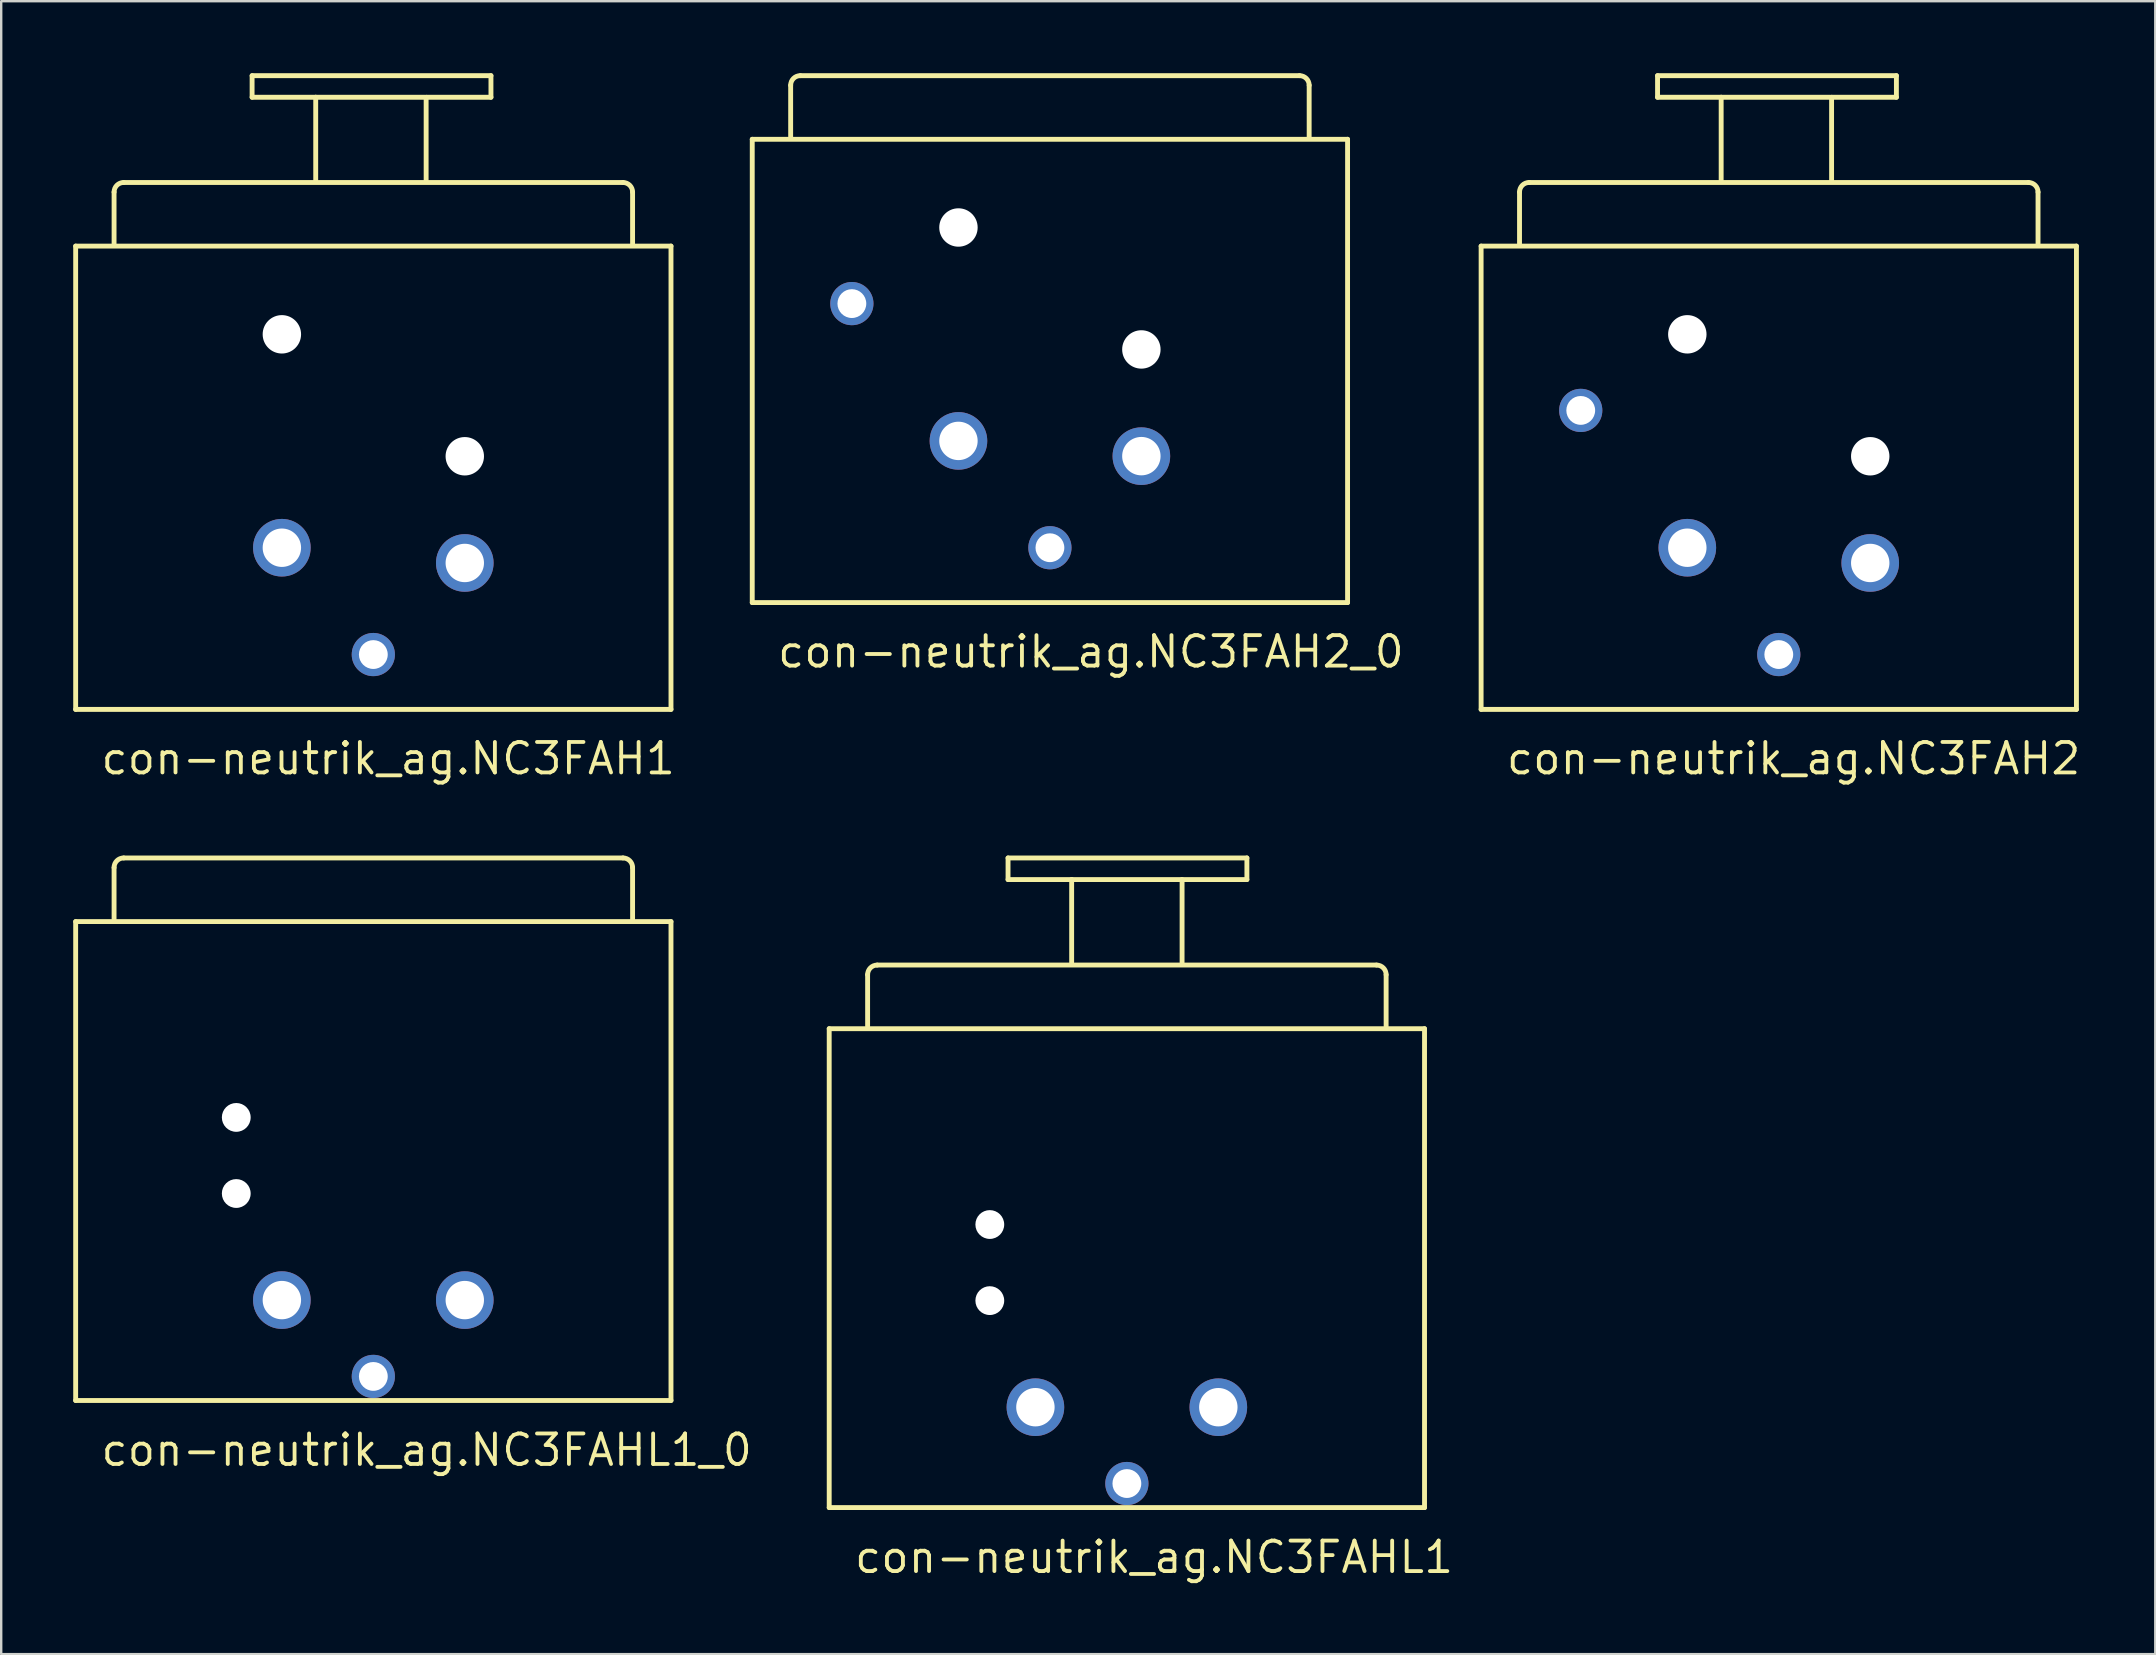
<source format=kicad_pcb>
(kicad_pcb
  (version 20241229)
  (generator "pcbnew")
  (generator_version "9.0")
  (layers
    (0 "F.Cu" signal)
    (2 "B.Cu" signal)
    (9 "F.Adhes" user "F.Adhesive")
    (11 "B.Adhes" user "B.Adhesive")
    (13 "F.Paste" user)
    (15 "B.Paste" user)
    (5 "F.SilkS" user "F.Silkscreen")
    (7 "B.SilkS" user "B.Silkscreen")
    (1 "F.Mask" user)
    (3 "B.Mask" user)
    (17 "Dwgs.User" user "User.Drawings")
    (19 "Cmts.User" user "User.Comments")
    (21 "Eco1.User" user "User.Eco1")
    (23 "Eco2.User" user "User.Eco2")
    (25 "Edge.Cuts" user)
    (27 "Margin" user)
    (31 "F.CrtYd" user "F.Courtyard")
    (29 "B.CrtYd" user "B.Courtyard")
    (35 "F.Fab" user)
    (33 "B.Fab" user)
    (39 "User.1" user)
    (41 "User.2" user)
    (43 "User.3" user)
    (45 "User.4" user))
  (footprint "con-neutrik_ag.NC3FAH2"
    (layer "F.Cu")
    (at 71.05 20.402)
    (property "Reference" "con-neutrik_ag.NC3FAH2" (at -11.43 8.89 0) (layer "F.SilkS") (effects (font (size 1.27 1.27) (thickness 0.16)) (justify left bottom)))
    (attr through_hole)
    (fp_line (start -12.4 -13.2) (end 12.4 -13.2) (stroke (width 0.203) (type default)) (layer "F.SilkS"))
    (fp_line (start -12.4 6.1) (end -12.4 -13.2) (stroke (width 0.203) (type default)) (layer "F.SilkS"))
    (fp_line (start -10.8 -13.3) (end -10.8 -15.45) (stroke (width 0.203) (type default)) (layer "F.SilkS"))
    (fp_line (start -10.4 -15.85) (end 10.4 -15.85) (stroke (width 0.203) (type default)) (layer "F.SilkS"))
    (fp_line (start -5.05 -20.3) (end 4.9 -20.3) (stroke (width 0.203) (type default)) (layer "F.SilkS"))
    (fp_line (start -5.05 -19.4) (end -5.05 -20.3) (stroke (width 0.203) (type default)) (layer "F.SilkS"))
    (fp_line (start -2.4 -19.4) (end -5.05 -19.4) (stroke (width 0.203) (type default)) (layer "F.SilkS"))
    (fp_line (start -2.4 -19.4) (end 2.15 -19.4) (stroke (width 0.203) (type default)) (layer "F.SilkS"))
    (fp_line (start -2.4 -15.95) (end -2.4 -19.4) (stroke (width 0.203) (type default)) (layer "F.SilkS"))
    (fp_line (start 2.2 -19.4) (end 2.2 -15.95) (stroke (width 0.203) (type default)) (layer "F.SilkS"))
    (fp_line (start 4.9 -20.3) (end 4.9 -19.4) (stroke (width 0.203) (type default)) (layer "F.SilkS"))
    (fp_line (start 4.9 -19.4) (end 2.2 -19.4) (stroke (width 0.203) (type default)) (layer "F.SilkS"))
    (fp_line (start 10.8 -15.45) (end 10.8 -13.3) (stroke (width 0.203) (type default)) (layer "F.SilkS"))
    (fp_line (start 12.4 -13.2) (end 12.4 6.1) (stroke (width 0.203) (type default)) (layer "F.SilkS"))
    (fp_line (start 12.4 6.1) (end -12.4 6.1) (stroke (width 0.203) (type default)) (layer "F.SilkS"))
    (fp_arc (start -10.8 -15.45) (mid -10.682843 -15.732843) (end -10.4 -15.85) (stroke (width 0.2032) (type default)) (layer "F.SilkS"))
    (fp_arc (start 10.4 -15.85) (mid 10.682843 -15.732843) (end 10.8 -15.45) (stroke (width 0.2032) (type default)) (layer "F.SilkS"))
    (pad "" np_thru_hole circle (at -3.81 -9.525) (size 1.6 1.6) (drill 1.6) (layers "*.Cu" "*.Mask"))
    (pad "" np_thru_hole circle (at 3.81 -4.445) (size 1.6 1.6) (drill 1.6) (layers "*.Cu" "*.Mask"))
    (pad "1" thru_hole circle (at -3.81 -0.635) (size 2.4 2.4) (drill 1.6) (layers "*.Cu" "*.Mask"))
    (pad "2" thru_hole circle (at 3.81 0) (size 2.4 2.4) (drill 1.6) (layers "*.Cu" "*.Mask"))
    (pad "3" thru_hole circle (at 0 3.815) (size 1.8 1.8) (drill 1.2) (layers "*.Cu" "*.Mask"))
    (pad "G" thru_hole circle (at -8.25 -6.355) (size 1.8 1.8) (drill 1.2) (layers "*.Cu" "*.Mask")))
  (footprint "con-neutrik_ag.NC3FAHL1_0"
    (layer "F.Cu")
    (at 12.502 54.289)
    (property "Reference" "con-neutrik_ag.NC3FAHL1_0" (at -11.43 3.81 0) (layer "F.SilkS") (effects (font (size 1.27 1.27) (thickness 0.16)) (justify left bottom)))
    (attr through_hole)
    (fp_line (start -12.4 -18.948) (end 12.4 -18.948) (stroke (width 0.203) (type default)) (layer "F.SilkS"))
    (fp_line (start -12.4 1.002) (end -12.4 -18.948) (stroke (width 0.203) (type default)) (layer "F.SilkS"))
    (fp_line (start -10.8 -19.049) (end -10.8 -21.198) (stroke (width 0.203) (type default)) (layer "F.SilkS"))
    (fp_line (start -10.4 -21.599) (end 10.4 -21.599) (stroke (width 0.203) (type default)) (layer "F.SilkS"))
    (fp_line (start 10.8 -21.198) (end 10.8 -19.049) (stroke (width 0.203) (type default)) (layer "F.SilkS"))
    (fp_line (start 12.4 -18.948) (end 12.4 1.002) (stroke (width 0.203) (type default)) (layer "F.SilkS"))
    (fp_line (start 12.4 1.002) (end -12.4 1.002) (stroke (width 0.203) (type default)) (layer "F.SilkS"))
    (fp_arc (start -10.8 -21.1985) (mid -10.682843 -21.481343) (end -10.4 -21.5985) (stroke (width 0.2032) (type default)) (layer "F.SilkS"))
    (fp_arc (start 10.4 -21.5985) (mid 10.682843 -21.481343) (end 10.8 -21.1985) (stroke (width 0.2032) (type default)) (layer "F.SilkS"))
    (pad "" np_thru_hole circle (at -5.71 -10.79) (size 1.2 1.2) (drill 1.2) (layers "*.Cu" "*.Mask"))
    (pad "" np_thru_hole circle (at -5.71 -7.62) (size 1.2 1.2) (drill 1.2) (layers "*.Cu" "*.Mask"))
    (pad "1+G" thru_hole circle (at 3.81 -3.18) (size 2.4 2.4) (drill 1.6) (layers "*.Cu" "*.Mask"))
    (pad "2" thru_hole circle (at 0 0) (size 1.8 1.8) (drill 1.2) (layers "*.Cu" "*.Mask"))
    (pad "3" thru_hole circle (at -3.81 -3.18) (size 2.4 2.4) (drill 1.6) (layers "*.Cu" "*.Mask")))
  (footprint "con-neutrik_ag.NC3FAHL1"
    (layer "F.Cu")
    (at 43.893 58.751)
    (property "Reference" "con-neutrik_ag.NC3FAHL1" (at -11.43 3.81 0) (layer "F.SilkS") (effects (font (size 1.27 1.27) (thickness 0.16)) (justify left bottom)))
    (attr through_hole)
    (fp_line (start -12.4 -18.948) (end 12.4 -18.948) (stroke (width 0.203) (type default)) (layer "F.SilkS"))
    (fp_line (start -12.4 1.002) (end -12.4 -18.948) (stroke (width 0.203) (type default)) (layer "F.SilkS"))
    (fp_line (start -10.8 -19.049) (end -10.8 -21.198) (stroke (width 0.203) (type default)) (layer "F.SilkS"))
    (fp_line (start -10.4 -21.599) (end 10.4 -21.599) (stroke (width 0.203) (type default)) (layer "F.SilkS"))
    (fp_line (start -4.95 -26.06) (end 5 -26.06) (stroke (width 0.203) (type default)) (layer "F.SilkS"))
    (fp_line (start -4.95 -25.16) (end -4.95 -26.06) (stroke (width 0.203) (type default)) (layer "F.SilkS"))
    (fp_line (start -2.3 -25.16) (end -4.95 -25.16) (stroke (width 0.203) (type default)) (layer "F.SilkS"))
    (fp_line (start -2.3 -25.16) (end 2.25 -25.16) (stroke (width 0.203) (type default)) (layer "F.SilkS"))
    (fp_line (start -2.3 -21.71) (end -2.3 -25.16) (stroke (width 0.203) (type default)) (layer "F.SilkS"))
    (fp_line (start 2.3 -25.16) (end 2.3 -21.71) (stroke (width 0.203) (type default)) (layer "F.SilkS"))
    (fp_line (start 5 -26.06) (end 5 -25.16) (stroke (width 0.203) (type default)) (layer "F.SilkS"))
    (fp_line (start 5 -25.16) (end 2.3 -25.16) (stroke (width 0.203) (type default)) (layer "F.SilkS"))
    (fp_line (start 10.8 -21.198) (end 10.8 -19.049) (stroke (width 0.203) (type default)) (layer "F.SilkS"))
    (fp_line (start 12.4 -18.948) (end 12.4 1.002) (stroke (width 0.203) (type default)) (layer "F.SilkS"))
    (fp_line (start 12.4 1.002) (end -12.4 1.002) (stroke (width 0.203) (type default)) (layer "F.SilkS"))
    (fp_arc (start -10.8 -21.1985) (mid -10.682843 -21.481343) (end -10.4 -21.5985) (stroke (width 0.2032) (type default)) (layer "F.SilkS"))
    (fp_arc (start 10.4 -21.5985) (mid 10.682843 -21.481343) (end 10.8 -21.1985) (stroke (width 0.2032) (type default)) (layer "F.SilkS"))
    (pad "" np_thru_hole circle (at -5.71 -10.79) (size 1.2 1.2) (drill 1.2) (layers "*.Cu" "*.Mask"))
    (pad "" np_thru_hole circle (at -5.71 -7.62) (size 1.2 1.2) (drill 1.2) (layers "*.Cu" "*.Mask"))
    (pad "1+G" thru_hole circle (at 3.81 -3.18) (size 2.4 2.4) (drill 1.6) (layers "*.Cu" "*.Mask"))
    (pad "2" thru_hole circle (at 0 0) (size 1.8 1.8) (drill 1.2) (layers "*.Cu" "*.Mask"))
    (pad "3" thru_hole circle (at -3.81 -3.18) (size 2.4 2.4) (drill 1.6) (layers "*.Cu" "*.Mask")))
  (footprint "con-neutrik_ag.NC3FAH2_0"
    (layer "F.Cu")
    (at 40.687 15.952)
    (property "Reference" "con-neutrik_ag.NC3FAH2_0" (at -11.43 8.89 0) (layer "F.SilkS") (effects (font (size 1.27 1.27) (thickness 0.16)) (justify left bottom)))
    (attr through_hole)
    (fp_line (start -12.4 -13.2) (end 12.4 -13.2) (stroke (width 0.203) (type default)) (layer "F.SilkS"))
    (fp_line (start -12.4 6.1) (end -12.4 -13.2) (stroke (width 0.203) (type default)) (layer "F.SilkS"))
    (fp_line (start -10.8 -13.3) (end -10.8 -15.45) (stroke (width 0.203) (type default)) (layer "F.SilkS"))
    (fp_line (start -10.4 -15.85) (end 10.4 -15.85) (stroke (width 0.203) (type default)) (layer "F.SilkS"))
    (fp_line (start 10.8 -15.45) (end 10.8 -13.3) (stroke (width 0.203) (type default)) (layer "F.SilkS"))
    (fp_line (start 12.4 -13.2) (end 12.4 6.1) (stroke (width 0.203) (type default)) (layer "F.SilkS"))
    (fp_line (start 12.4 6.1) (end -12.4 6.1) (stroke (width 0.203) (type default)) (layer "F.SilkS"))
    (fp_arc (start -10.8 -15.45) (mid -10.682843 -15.732843) (end -10.4 -15.85) (stroke (width 0.2032) (type default)) (layer "F.SilkS"))
    (fp_arc (start 10.4 -15.85) (mid 10.682843 -15.732843) (end 10.8 -15.45) (stroke (width 0.2032) (type default)) (layer "F.SilkS"))
    (pad "" np_thru_hole circle (at -3.81 -9.525) (size 1.6 1.6) (drill 1.6) (layers "*.Cu" "*.Mask"))
    (pad "" np_thru_hole circle (at 3.81 -4.445) (size 1.6 1.6) (drill 1.6) (layers "*.Cu" "*.Mask"))
    (pad "1" thru_hole circle (at -3.81 -0.635) (size 2.4 2.4) (drill 1.6) (layers "*.Cu" "*.Mask"))
    (pad "2" thru_hole circle (at 3.81 0) (size 2.4 2.4) (drill 1.6) (layers "*.Cu" "*.Mask"))
    (pad "3" thru_hole circle (at 0 3.815) (size 1.8 1.8) (drill 1.2) (layers "*.Cu" "*.Mask"))
    (pad "G" thru_hole circle (at -8.25 -6.355) (size 1.8 1.8) (drill 1.2) (layers "*.Cu" "*.Mask")))
  (footprint "con-neutrik_ag.NC3FAH1"
    (layer "F.Cu")
    (at 12.502 20.402)
    (property "Reference" "con-neutrik_ag.NC3FAH1" (at -11.43 8.89 0) (layer "F.SilkS") (effects (font (size 1.27 1.27) (thickness 0.16)) (justify left bottom)))
    (attr through_hole)
    (fp_line (start -12.4 -13.2) (end 12.4 -13.2) (stroke (width 0.203) (type default)) (layer "F.SilkS"))
    (fp_line (start -12.4 6.1) (end -12.4 -13.2) (stroke (width 0.203) (type default)) (layer "F.SilkS"))
    (fp_line (start -10.8 -13.3) (end -10.8 -15.45) (stroke (width 0.203) (type default)) (layer "F.SilkS"))
    (fp_line (start -10.4 -15.85) (end 10.4 -15.85) (stroke (width 0.203) (type default)) (layer "F.SilkS"))
    (fp_line (start -5.05 -20.3) (end 4.9 -20.3) (stroke (width 0.203) (type default)) (layer "F.SilkS"))
    (fp_line (start -5.05 -19.4) (end -5.05 -20.3) (stroke (width 0.203) (type default)) (layer "F.SilkS"))
    (fp_line (start -2.4 -19.4) (end -5.05 -19.4) (stroke (width 0.203) (type default)) (layer "F.SilkS"))
    (fp_line (start -2.4 -19.4) (end 2.15 -19.4) (stroke (width 0.203) (type default)) (layer "F.SilkS"))
    (fp_line (start -2.4 -15.95) (end -2.4 -19.4) (stroke (width 0.203) (type default)) (layer "F.SilkS"))
    (fp_line (start 2.2 -19.4) (end 2.2 -15.95) (stroke (width 0.203) (type default)) (layer "F.SilkS"))
    (fp_line (start 4.9 -20.3) (end 4.9 -19.4) (stroke (width 0.203) (type default)) (layer "F.SilkS"))
    (fp_line (start 4.9 -19.4) (end 2.2 -19.4) (stroke (width 0.203) (type default)) (layer "F.SilkS"))
    (fp_line (start 10.8 -15.45) (end 10.8 -13.3) (stroke (width 0.203) (type default)) (layer "F.SilkS"))
    (fp_line (start 12.4 -13.2) (end 12.4 6.1) (stroke (width 0.203) (type default)) (layer "F.SilkS"))
    (fp_line (start 12.4 6.1) (end -12.4 6.1) (stroke (width 0.203) (type default)) (layer "F.SilkS"))
    (fp_arc (start -10.8 -15.45) (mid -10.682843 -15.732843) (end -10.4 -15.85) (stroke (width 0.2032) (type default)) (layer "F.SilkS"))
    (fp_arc (start 10.4 -15.85) (mid 10.682843 -15.732843) (end 10.8 -15.45) (stroke (width 0.2032) (type default)) (layer "F.SilkS"))
    (pad "" np_thru_hole circle (at -3.81 -9.525) (size 1.6 1.6) (drill 1.6) (layers "*.Cu" "*.Mask"))
    (pad "" np_thru_hole circle (at 3.81 -4.445) (size 1.6 1.6) (drill 1.6) (layers "*.Cu" "*.Mask"))
    (pad "1+G" thru_hole circle (at -3.81 -0.635) (size 2.4 2.4) (drill 1.6) (layers "*.Cu" "*.Mask"))
    (pad "2" thru_hole circle (at 3.81 0) (size 2.4 2.4) (drill 1.6) (layers "*.Cu" "*.Mask"))
    (pad "3" thru_hole circle (at 0 3.815) (size 1.8 1.8) (drill 1.2) (layers "*.Cu" "*.Mask")))
  (gr_rect
    (start -3 -3)
    (end 86.734 65.858)
    (stroke (width 0.1) (type default))
    (fill no)
    (layer "Edge.Cuts")))
</source>
